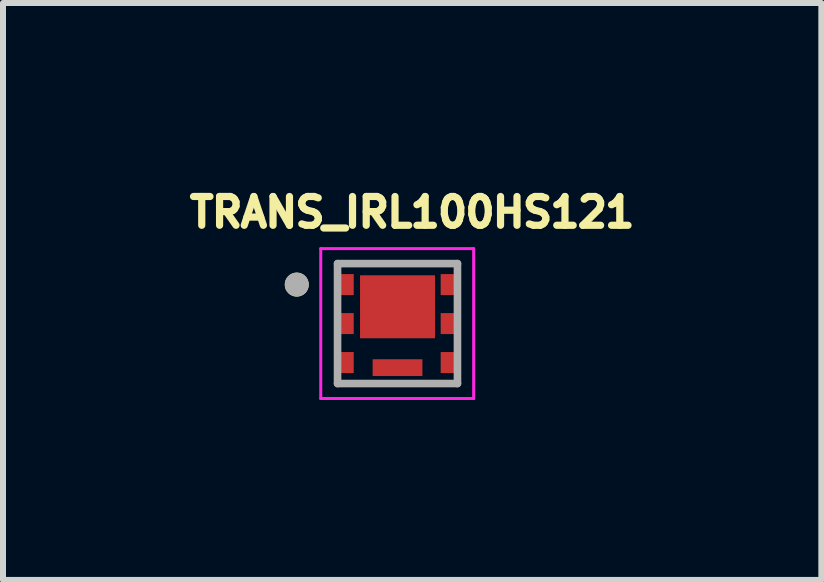
<source format=kicad_pcb>
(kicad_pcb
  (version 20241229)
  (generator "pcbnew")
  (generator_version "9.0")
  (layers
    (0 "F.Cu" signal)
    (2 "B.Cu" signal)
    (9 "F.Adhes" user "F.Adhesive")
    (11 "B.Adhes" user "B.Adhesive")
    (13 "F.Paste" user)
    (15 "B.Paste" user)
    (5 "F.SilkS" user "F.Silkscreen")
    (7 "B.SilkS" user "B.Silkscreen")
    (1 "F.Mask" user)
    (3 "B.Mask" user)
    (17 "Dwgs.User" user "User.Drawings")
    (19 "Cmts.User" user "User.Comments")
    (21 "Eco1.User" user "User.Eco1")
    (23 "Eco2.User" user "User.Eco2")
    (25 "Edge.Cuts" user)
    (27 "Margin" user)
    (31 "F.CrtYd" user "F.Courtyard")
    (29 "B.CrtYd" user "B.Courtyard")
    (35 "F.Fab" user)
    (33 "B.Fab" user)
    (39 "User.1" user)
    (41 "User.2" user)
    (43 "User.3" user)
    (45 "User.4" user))
  (footprint "TRANS_IRL100HS121"
    (layer "F.Cu")
    (at 3.579 2.346)
    (property "Reference" "TRANS_IRL100HS121" (at 0.244 -1.855 0) (layer "F.SilkS") (effects (font (size 0.48 0.48) (thickness 0.15))))
    (attr smd)
    (fp_poly (pts (xy -1.03 0.475) (xy -0.73 0.475) (xy -0.73 0.825) (xy -1.03 0.825)) (stroke (width 0.01) (type solid)) (fill yes) (layer "F.Mask"))
    (fp_poly (pts (xy -0.73 -0.475) (xy -1.03 -0.475) (xy -1.03 -0.825) (xy -0.73 -0.825)) (stroke (width 0.01) (type solid)) (fill yes) (layer "F.Mask"))
    (fp_poly (pts (xy -0.73 0.175) (xy -1.03 0.175) (xy -1.03 -0.175) (xy -0.73 -0.175)) (stroke (width 0.01) (type solid)) (fill yes) (layer "F.Mask"))
    (fp_poly (pts (xy -0.625 0.245) (xy -0.625 -0.805) (xy 0.625 -0.805) (xy 0.625 0.245)) (stroke (width 0.01) (type solid)) (fill yes) (layer "F.Mask"))
    (fp_poly (pts (xy -0.415 0.875) (xy -0.415 0.595) (xy 0.415 0.595) (xy 0.415 0.875)) (stroke (width 0.01) (type solid)) (fill yes) (layer "F.Mask"))
    (fp_poly (pts (xy 0.72 0.475) (xy 1.02 0.475) (xy 1.02 0.825) (xy 0.72 0.825)) (stroke (width 0.01) (type solid)) (fill yes) (layer "F.Mask"))
    (fp_poly (pts (xy 1.02 -0.475) (xy 0.72 -0.475) (xy 0.72 -0.825) (xy 1.02 -0.825)) (stroke (width 0.01) (type solid)) (fill yes) (layer "F.Mask"))
    (fp_poly (pts (xy 1.02 0.175) (xy 0.72 0.175) (xy 0.72 -0.175) (xy 1.02 -0.175)) (stroke (width 0.01) (type solid)) (fill yes) (layer "F.Mask"))
    (fp_circle (center -1.68 -0.65) (end -1.58 -0.65) (stroke (width 0.2) (type solid)) (fill no) (layer "F.SilkS"))
    (fp_poly (pts (xy -1.02 -0.484) (xy -1.02 -0.815) (xy -0.74 -0.815) (xy -0.74 -0.484)) (stroke (width 0.01) (type solid)) (fill yes) (layer "F.Paste"))
    (fp_poly (pts (xy -1.02 0.166) (xy -1.02 -0.165) (xy -0.74 -0.165) (xy -0.74 0.166)) (stroke (width 0.01) (type solid)) (fill yes) (layer "F.Paste"))
    (fp_poly (pts (xy -1.02 0.816) (xy -1.02 0.485) (xy -0.74 0.485) (xy -0.74 0.816)) (stroke (width 0.01) (type solid)) (fill yes) (layer "F.Paste"))
    (fp_poly (pts (xy -0.615 0.235) (xy -0.615 -0.795) (xy -0.125 -0.795) (xy -0.125 0.235)) (stroke (width 0.01) (type solid)) (fill yes) (layer "F.Paste"))
    (fp_poly (pts (xy -0.405 0.865) (xy -0.405 0.605) (xy 0.405 0.605) (xy 0.405 0.865)) (stroke (width 0.01) (type solid)) (fill yes) (layer "F.Paste"))
    (fp_poly (pts (xy 0.125 0.235) (xy 0.125 -0.795) (xy 0.615 -0.795) (xy 0.615 0.235)) (stroke (width 0.01) (type solid)) (fill yes) (layer "F.Paste"))
    (fp_poly (pts (xy 0.73 -0.484) (xy 0.73 -0.815) (xy 1.01 -0.815) (xy 1.01 -0.484)) (stroke (width 0.01) (type solid)) (fill yes) (layer "F.Paste"))
    (fp_poly (pts (xy 0.73 0.166) (xy 0.73 -0.165) (xy 1.01 -0.165) (xy 1.01 0.166)) (stroke (width 0.01) (type solid)) (fill yes) (layer "F.Paste"))
    (fp_poly (pts (xy 0.73 0.816) (xy 0.73 0.485) (xy 1.01 0.485) (xy 1.01 0.816)) (stroke (width 0.01) (type solid)) (fill yes) (layer "F.Paste"))
    (fp_line (start -1.28 -1.25) (end -1.28 1.25) (stroke (width 0.05) (type solid)) (layer "F.CrtYd"))
    (fp_line (start -1.28 1.25) (end 1.27 1.25) (stroke (width 0.05) (type solid)) (layer "F.CrtYd"))
    (fp_line (start 1.27 -1.25) (end -1.28 -1.25) (stroke (width 0.05) (type solid)) (layer "F.CrtYd"))
    (fp_line (start 1.27 1.25) (end 1.27 -1.25) (stroke (width 0.05) (type solid)) (layer "F.CrtYd"))
    (fp_line (start -1 -1) (end 1 -1) (stroke (width 0.127) (type solid)) (layer "F.Fab"))
    (fp_line (start -1 1) (end -1 -1) (stroke (width 0.127) (type solid)) (layer "F.Fab"))
    (fp_line (start 1 -1) (end 1 1) (stroke (width 0.127) (type solid)) (layer "F.Fab"))
    (fp_line (start 1 1) (end -1 1) (stroke (width 0.127) (type solid)) (layer "F.Fab"))
    (fp_circle (center -1.68 -0.65) (end -1.58 -0.65) (stroke (width 0.2) (type solid)) (fill no) (layer "F.Fab"))
    (pad "1" smd rect (at -0.88 -0.65) (size 0.3 0.35) (layers "F.Cu"))
    (pad "2" smd rect (at -0.88 0) (size 0.3 0.35) (layers "F.Cu"))
    (pad "3" smd rect (at -0.88 0.65) (size 0.3 0.35) (layers "F.Cu"))
    (pad "4" smd rect (at 0.87 0.65) (size 0.3 0.35) (layers "F.Cu"))
    (pad "5" smd rect (at 0.87 0) (size 0.3 0.35) (layers "F.Cu"))
    (pad "6" smd rect (at 0.87 -0.65) (size 0.3 0.35) (layers "F.Cu"))
    (pad "7" smd rect (at 0 -0.28) (size 1.25 1.05) (layers "F.Cu"))
    (pad "8" smd rect (at 0 0.735) (size 0.83 0.28) (layers "F.Cu")))
  (gr_rect
    (start -3 -3)
    (end 10.647 6.621)
    (stroke (width 0.1) (type default))
    (fill no)
    (layer "Edge.Cuts")))
</source>
